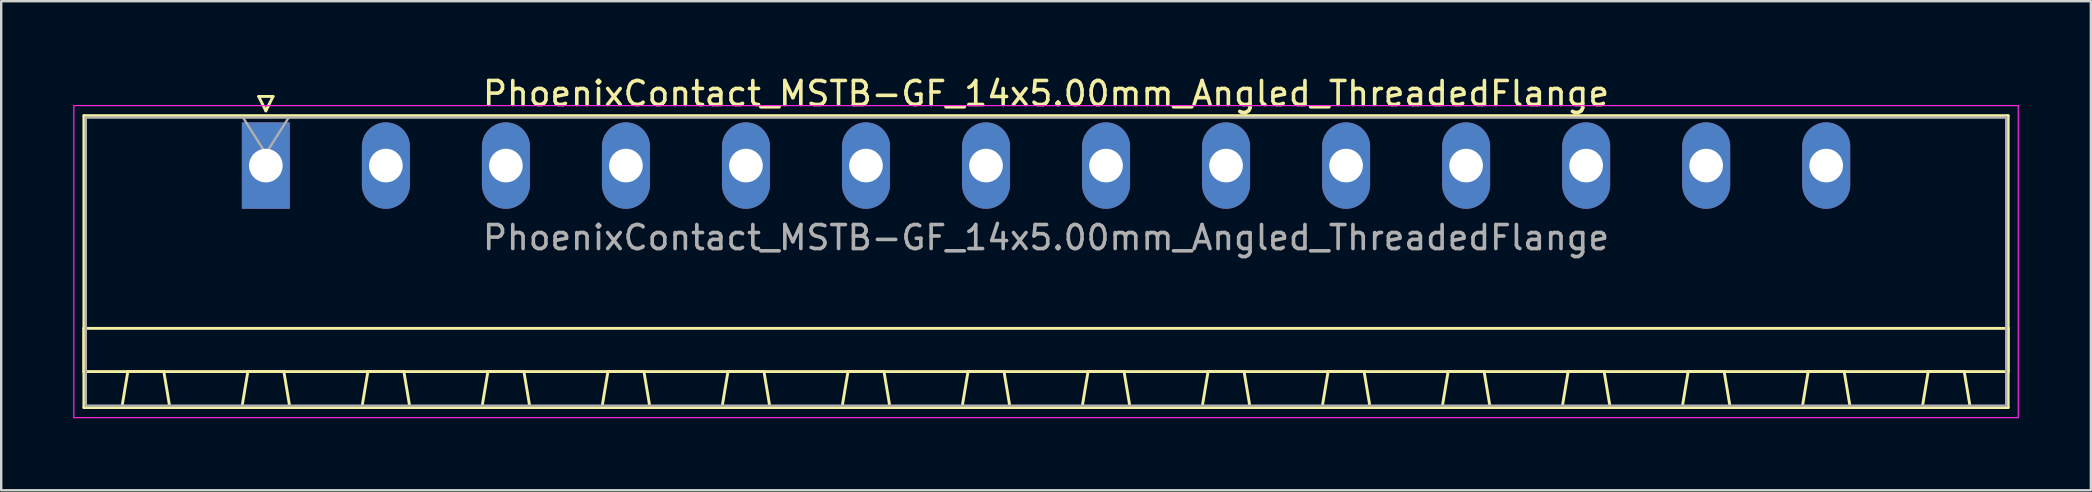
<source format=kicad_pcb>
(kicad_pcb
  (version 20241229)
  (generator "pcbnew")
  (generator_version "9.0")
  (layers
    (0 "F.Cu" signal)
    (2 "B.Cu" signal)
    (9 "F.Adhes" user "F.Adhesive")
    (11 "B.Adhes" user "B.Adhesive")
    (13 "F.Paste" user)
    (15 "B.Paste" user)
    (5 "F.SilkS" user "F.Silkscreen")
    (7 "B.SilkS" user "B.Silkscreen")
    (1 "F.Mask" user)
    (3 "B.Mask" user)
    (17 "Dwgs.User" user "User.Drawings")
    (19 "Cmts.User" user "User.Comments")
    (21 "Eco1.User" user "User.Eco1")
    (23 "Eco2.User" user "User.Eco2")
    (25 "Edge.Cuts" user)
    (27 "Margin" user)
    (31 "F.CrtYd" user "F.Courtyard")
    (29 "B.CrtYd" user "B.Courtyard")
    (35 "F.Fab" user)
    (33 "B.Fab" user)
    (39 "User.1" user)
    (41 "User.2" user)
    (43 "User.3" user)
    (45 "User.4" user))
  (footprint "PhoenixContact_MSTB-GF_14x5.00mm_Angled_ThreadedFlange"
    (layer "F.Cu")
    (at 8.025 3.848)
    (property "Reference" "PhoenixContact_MSTB-GF_14x5.00mm_Angled_ThreadedFlange" (at 32.5 -3 0) (layer "F.SilkS") (effects (font (size 1 1) (thickness 0.15))))
    (attr through_hole)
    (fp_line (start -7.58 -2.08) (end -7.58 10.08) (stroke (width 0.12) (type solid)) (layer "F.SilkS"))
    (fp_line (start -7.58 6.78) (end 72.58 6.78) (stroke (width 0.12) (type solid)) (layer "F.SilkS"))
    (fp_line (start -7.58 8.58) (end -7.58 6.78) (stroke (width 0.12) (type solid)) (layer "F.SilkS"))
    (fp_line (start -7.58 10.08) (end 72.58 10.08) (stroke (width 0.12) (type solid)) (layer "F.SilkS"))
    (fp_line (start -6 10.08) (end -4 10.08) (stroke (width 0.12) (type solid)) (layer "F.SilkS"))
    (fp_line (start -5.75 8.58) (end -6 10.08) (stroke (width 0.12) (type solid)) (layer "F.SilkS"))
    (fp_line (start -4.25 8.58) (end -5.75 8.58) (stroke (width 0.12) (type solid)) (layer "F.SilkS"))
    (fp_line (start -4 10.08) (end -4.25 8.58) (stroke (width 0.12) (type solid)) (layer "F.SilkS"))
    (fp_line (start -1 10.08) (end 1 10.08) (stroke (width 0.12) (type solid)) (layer "F.SilkS"))
    (fp_line (start -0.75 8.58) (end -1 10.08) (stroke (width 0.12) (type solid)) (layer "F.SilkS"))
    (fp_line (start -0.3 -2.88) (end 0.3 -2.88) (stroke (width 0.12) (type solid)) (layer "F.SilkS"))
    (fp_line (start 0 -2.28) (end -0.3 -2.88) (stroke (width 0.12) (type solid)) (layer "F.SilkS"))
    (fp_line (start 0.3 -2.88) (end 0 -2.28) (stroke (width 0.12) (type solid)) (layer "F.SilkS"))
    (fp_line (start 0.75 8.58) (end -0.75 8.58) (stroke (width 0.12) (type solid)) (layer "F.SilkS"))
    (fp_line (start 1 10.08) (end 0.75 8.58) (stroke (width 0.12) (type solid)) (layer "F.SilkS"))
    (fp_line (start 4 10.08) (end 6 10.08) (stroke (width 0.12) (type solid)) (layer "F.SilkS"))
    (fp_line (start 4.25 8.58) (end 4 10.08) (stroke (width 0.12) (type solid)) (layer "F.SilkS"))
    (fp_line (start 5.75 8.58) (end 4.25 8.58) (stroke (width 0.12) (type solid)) (layer "F.SilkS"))
    (fp_line (start 6 10.08) (end 5.75 8.58) (stroke (width 0.12) (type solid)) (layer "F.SilkS"))
    (fp_line (start 9 10.08) (end 11 10.08) (stroke (width 0.12) (type solid)) (layer "F.SilkS"))
    (fp_line (start 9.25 8.58) (end 9 10.08) (stroke (width 0.12) (type solid)) (layer "F.SilkS"))
    (fp_line (start 10.75 8.58) (end 9.25 8.58) (stroke (width 0.12) (type solid)) (layer "F.SilkS"))
    (fp_line (start 11 10.08) (end 10.75 8.58) (stroke (width 0.12) (type solid)) (layer "F.SilkS"))
    (fp_line (start 14 10.08) (end 16 10.08) (stroke (width 0.12) (type solid)) (layer "F.SilkS"))
    (fp_line (start 14.25 8.58) (end 14 10.08) (stroke (width 0.12) (type solid)) (layer "F.SilkS"))
    (fp_line (start 15.75 8.58) (end 14.25 8.58) (stroke (width 0.12) (type solid)) (layer "F.SilkS"))
    (fp_line (start 16 10.08) (end 15.75 8.58) (stroke (width 0.12) (type solid)) (layer "F.SilkS"))
    (fp_line (start 19 10.08) (end 21 10.08) (stroke (width 0.12) (type solid)) (layer "F.SilkS"))
    (fp_line (start 19.25 8.58) (end 19 10.08) (stroke (width 0.12) (type solid)) (layer "F.SilkS"))
    (fp_line (start 20.75 8.58) (end 19.25 8.58) (stroke (width 0.12) (type solid)) (layer "F.SilkS"))
    (fp_line (start 21 10.08) (end 20.75 8.58) (stroke (width 0.12) (type solid)) (layer "F.SilkS"))
    (fp_line (start 24 10.08) (end 26 10.08) (stroke (width 0.12) (type solid)) (layer "F.SilkS"))
    (fp_line (start 24.25 8.58) (end 24 10.08) (stroke (width 0.12) (type solid)) (layer "F.SilkS"))
    (fp_line (start 25.75 8.58) (end 24.25 8.58) (stroke (width 0.12) (type solid)) (layer "F.SilkS"))
    (fp_line (start 26 10.08) (end 25.75 8.58) (stroke (width 0.12) (type solid)) (layer "F.SilkS"))
    (fp_line (start 29 10.08) (end 31 10.08) (stroke (width 0.12) (type solid)) (layer "F.SilkS"))
    (fp_line (start 29.25 8.58) (end 29 10.08) (stroke (width 0.12) (type solid)) (layer "F.SilkS"))
    (fp_line (start 30.75 8.58) (end 29.25 8.58) (stroke (width 0.12) (type solid)) (layer "F.SilkS"))
    (fp_line (start 31 10.08) (end 30.75 8.58) (stroke (width 0.12) (type solid)) (layer "F.SilkS"))
    (fp_line (start 34 10.08) (end 36 10.08) (stroke (width 0.12) (type solid)) (layer "F.SilkS"))
    (fp_line (start 34.25 8.58) (end 34 10.08) (stroke (width 0.12) (type solid)) (layer "F.SilkS"))
    (fp_line (start 35.75 8.58) (end 34.25 8.58) (stroke (width 0.12) (type solid)) (layer "F.SilkS"))
    (fp_line (start 36 10.08) (end 35.75 8.58) (stroke (width 0.12) (type solid)) (layer "F.SilkS"))
    (fp_line (start 39 10.08) (end 41 10.08) (stroke (width 0.12) (type solid)) (layer "F.SilkS"))
    (fp_line (start 39.25 8.58) (end 39 10.08) (stroke (width 0.12) (type solid)) (layer "F.SilkS"))
    (fp_line (start 40.75 8.58) (end 39.25 8.58) (stroke (width 0.12) (type solid)) (layer "F.SilkS"))
    (fp_line (start 41 10.08) (end 40.75 8.58) (stroke (width 0.12) (type solid)) (layer "F.SilkS"))
    (fp_line (start 44 10.08) (end 46 10.08) (stroke (width 0.12) (type solid)) (layer "F.SilkS"))
    (fp_line (start 44.25 8.58) (end 44 10.08) (stroke (width 0.12) (type solid)) (layer "F.SilkS"))
    (fp_line (start 45.75 8.58) (end 44.25 8.58) (stroke (width 0.12) (type solid)) (layer "F.SilkS"))
    (fp_line (start 46 10.08) (end 45.75 8.58) (stroke (width 0.12) (type solid)) (layer "F.SilkS"))
    (fp_line (start 49 10.08) (end 51 10.08) (stroke (width 0.12) (type solid)) (layer "F.SilkS"))
    (fp_line (start 49.25 8.58) (end 49 10.08) (stroke (width 0.12) (type solid)) (layer "F.SilkS"))
    (fp_line (start 50.75 8.58) (end 49.25 8.58) (stroke (width 0.12) (type solid)) (layer "F.SilkS"))
    (fp_line (start 51 10.08) (end 50.75 8.58) (stroke (width 0.12) (type solid)) (layer "F.SilkS"))
    (fp_line (start 54 10.08) (end 56 10.08) (stroke (width 0.12) (type solid)) (layer "F.SilkS"))
    (fp_line (start 54.25 8.58) (end 54 10.08) (stroke (width 0.12) (type solid)) (layer "F.SilkS"))
    (fp_line (start 55.75 8.58) (end 54.25 8.58) (stroke (width 0.12) (type solid)) (layer "F.SilkS"))
    (fp_line (start 56 10.08) (end 55.75 8.58) (stroke (width 0.12) (type solid)) (layer "F.SilkS"))
    (fp_line (start 59 10.08) (end 61 10.08) (stroke (width 0.12) (type solid)) (layer "F.SilkS"))
    (fp_line (start 59.25 8.58) (end 59 10.08) (stroke (width 0.12) (type solid)) (layer "F.SilkS"))
    (fp_line (start 60.75 8.58) (end 59.25 8.58) (stroke (width 0.12) (type solid)) (layer "F.SilkS"))
    (fp_line (start 61 10.08) (end 60.75 8.58) (stroke (width 0.12) (type solid)) (layer "F.SilkS"))
    (fp_line (start 64 10.08) (end 66 10.08) (stroke (width 0.12) (type solid)) (layer "F.SilkS"))
    (fp_line (start 64.25 8.58) (end 64 10.08) (stroke (width 0.12) (type solid)) (layer "F.SilkS"))
    (fp_line (start 65.75 8.58) (end 64.25 8.58) (stroke (width 0.12) (type solid)) (layer "F.SilkS"))
    (fp_line (start 66 10.08) (end 65.75 8.58) (stroke (width 0.12) (type solid)) (layer "F.SilkS"))
    (fp_line (start 69 10.08) (end 71 10.08) (stroke (width 0.12) (type solid)) (layer "F.SilkS"))
    (fp_line (start 69.25 8.58) (end 69 10.08) (stroke (width 0.12) (type solid)) (layer "F.SilkS"))
    (fp_line (start 70.75 8.58) (end 69.25 8.58) (stroke (width 0.12) (type solid)) (layer "F.SilkS"))
    (fp_line (start 71 10.08) (end 70.75 8.58) (stroke (width 0.12) (type solid)) (layer "F.SilkS"))
    (fp_line (start 72.58 -2.08) (end -7.58 -2.08) (stroke (width 0.12) (type solid)) (layer "F.SilkS"))
    (fp_line (start 72.58 6.78) (end 72.58 8.58) (stroke (width 0.12) (type solid)) (layer "F.SilkS"))
    (fp_line (start 72.58 8.58) (end -7.58 8.58) (stroke (width 0.12) (type solid)) (layer "F.SilkS"))
    (fp_line (start 72.58 10.08) (end 72.58 -2.08) (stroke (width 0.12) (type solid)) (layer "F.SilkS"))
    (fp_line (start -8 -2.5) (end -8 10.5) (stroke (width 0.05) (type solid)) (layer "F.CrtYd"))
    (fp_line (start -8 10.5) (end 73 10.5) (stroke (width 0.05) (type solid)) (layer "F.CrtYd"))
    (fp_line (start 73 -2.5) (end -8 -2.5) (stroke (width 0.05) (type solid)) (layer "F.CrtYd"))
    (fp_line (start 73 10.5) (end 73 -2.5) (stroke (width 0.05) (type solid)) (layer "F.CrtYd"))
    (fp_line (start -7.5 -2) (end -7.5 10) (stroke (width 0.1) (type solid)) (layer "F.Fab"))
    (fp_line (start -7.5 10) (end 72.5 10) (stroke (width 0.1) (type solid)) (layer "F.Fab"))
    (fp_line (start 0 -0.5) (end -0.95 -2) (stroke (width 0.1) (type solid)) (layer "F.Fab"))
    (fp_line (start 0.95 -2) (end 0 -0.5) (stroke (width 0.1) (type solid)) (layer "F.Fab"))
    (fp_line (start 72.5 -2) (end -7.5 -2) (stroke (width 0.1) (type solid)) (layer "F.Fab"))
    (fp_line (start 72.5 10) (end 72.5 -2) (stroke (width 0.1) (type solid)) (layer "F.Fab"))
    (fp_text user "${REFERENCE}" (at 32.5 3 0) (layer "F.Fab") (effects (font (size 1 1) (thickness 0.15))))
    (pad "1" thru_hole rect (at 0 0) (size 2 3.6) (drill 1.4) (layers "*.Cu" "*.Mask"))
    (pad "2" thru_hole oval (at 5 0) (size 2 3.6) (drill 1.4) (layers "*.Cu" "*.Mask"))
    (pad "3" thru_hole oval (at 10 0) (size 2 3.6) (drill 1.4) (layers "*.Cu" "*.Mask"))
    (pad "4" thru_hole oval (at 15 0) (size 2 3.6) (drill 1.4) (layers "*.Cu" "*.Mask"))
    (pad "5" thru_hole oval (at 20 0) (size 2 3.6) (drill 1.4) (layers "*.Cu" "*.Mask"))
    (pad "6" thru_hole oval (at 25 0) (size 2 3.6) (drill 1.4) (layers "*.Cu" "*.Mask"))
    (pad "7" thru_hole oval (at 30 0) (size 2 3.6) (drill 1.4) (layers "*.Cu" "*.Mask"))
    (pad "8" thru_hole oval (at 35 0) (size 2 3.6) (drill 1.4) (layers "*.Cu" "*.Mask"))
    (pad "9" thru_hole oval (at 40 0) (size 2 3.6) (drill 1.4) (layers "*.Cu" "*.Mask"))
    (pad "10" thru_hole oval (at 45 0) (size 2 3.6) (drill 1.4) (layers "*.Cu" "*.Mask"))
    (pad "11" thru_hole oval (at 50 0) (size 2 3.6) (drill 1.4) (layers "*.Cu" "*.Mask"))
    (pad "12" thru_hole oval (at 55 0) (size 2 3.6) (drill 1.4) (layers "*.Cu" "*.Mask"))
    (pad "13" thru_hole oval (at 60 0) (size 2 3.6) (drill 1.4) (layers "*.Cu" "*.Mask"))
    (pad "14" thru_hole oval (at 65 0) (size 2 3.6) (drill 1.4) (layers "*.Cu" "*.Mask")))
  (gr_rect
    (start -3 -3)
    (end 84.05 17.373)
    (stroke (width 0.1) (type default))
    (fill no)
    (layer "Edge.Cuts")))
</source>
